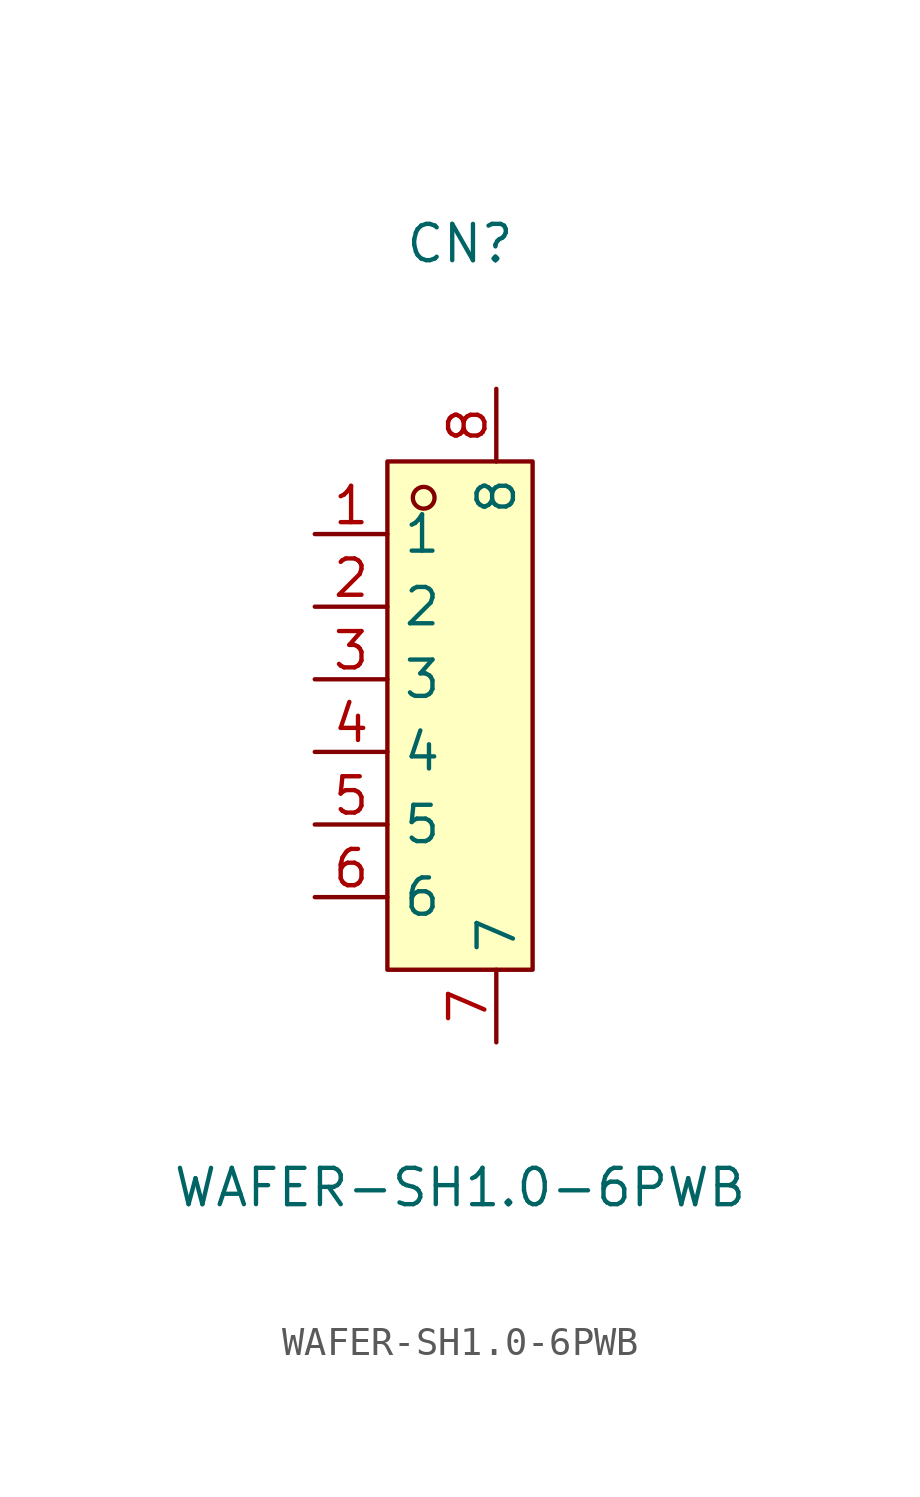
<source format=kicad_sym>
(kicad_symbol_lib
  (version 20231120)
  (generator "kicad_symbol_editor")
  (generator_version "8.0")
  (symbol "WAFER-SH1.0-6PWB"
    (property "Reference" "CN"
      (at 0 16.51 0)
      (effects (font (size 1.27 1.27))))
    (property "Value" "WAFER-SH1.0-6PWB"
      (at 0 -16.51 0)
      (effects (font (size 1.27 1.27))))
    (symbol "WAFER-SH1.0-6PWB_0_1"
      (rectangle (start -2.54 8.89) (end 2.54 -8.89) (stroke (width 0) (type default)) (fill (type background)))
      (circle (center -1.27 7.62) (radius 0.38) (stroke (width 0) (type default)) (fill (type none)))
      (pin passive line (at -5.08 6.35 0) (length 2.54) (name "1" (effects (font (size 1.27 1.27)))) (number "1" (effects (font (size 1.27 1.27)))))
      (pin passive line (at -5.08 3.81 0) (length 2.54) (name "2" (effects (font (size 1.27 1.27)))) (number "2" (effects (font (size 1.27 1.27)))))
      (pin passive line (at -5.08 1.27 0) (length 2.54) (name "3" (effects (font (size 1.27 1.27)))) (number "3" (effects (font (size 1.27 1.27)))))
      (pin passive line (at -5.08 -1.27 0) (length 2.54) (name "4" (effects (font (size 1.27 1.27)))) (number "4" (effects (font (size 1.27 1.27)))))
      (pin passive line (at -5.08 -3.81 0) (length 2.54) (name "5" (effects (font (size 1.27 1.27)))) (number "5" (effects (font (size 1.27 1.27)))))
      (pin passive line (at -5.08 -6.35 0) (length 2.54) (name "6" (effects (font (size 1.27 1.27)))) (number "6" (effects (font (size 1.27 1.27)))))
      (pin passive line (at 1.27 -11.43 90) (length 2.54) (name "7" (effects (font (size 1.27 1.27)))) (number "7" (effects (font (size 1.27 1.27)))))
      (pin passive line (at 1.27 11.43 270) (length 2.54) (name "8" (effects (font (size 1.27 1.27)))) (number "8" (effects (font (size 1.27 1.27))))))))
</source>
